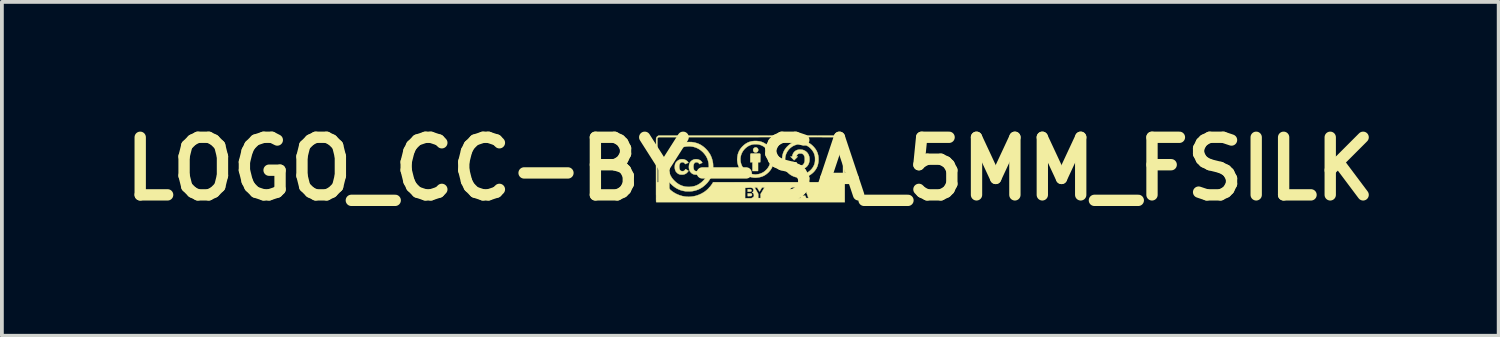
<source format=kicad_pcb>
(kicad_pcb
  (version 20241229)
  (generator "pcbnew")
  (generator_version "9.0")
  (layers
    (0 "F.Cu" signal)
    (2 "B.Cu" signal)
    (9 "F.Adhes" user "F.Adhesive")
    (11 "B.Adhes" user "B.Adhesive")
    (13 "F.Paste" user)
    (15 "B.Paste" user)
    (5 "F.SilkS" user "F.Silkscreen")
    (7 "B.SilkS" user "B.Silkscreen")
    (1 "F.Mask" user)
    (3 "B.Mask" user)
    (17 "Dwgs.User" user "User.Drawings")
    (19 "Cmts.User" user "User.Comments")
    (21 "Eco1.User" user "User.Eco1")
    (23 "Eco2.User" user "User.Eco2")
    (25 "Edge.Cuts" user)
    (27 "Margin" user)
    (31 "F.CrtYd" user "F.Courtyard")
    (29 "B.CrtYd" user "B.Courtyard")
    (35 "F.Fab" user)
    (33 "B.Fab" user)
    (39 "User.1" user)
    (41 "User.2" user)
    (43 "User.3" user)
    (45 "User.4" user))
  (footprint "LOGO_CC-BY-SA_5MM_FSILK"
    (layer "F.Cu")
    (at 16.808 1.418)
    (property "Reference" "LOGO_CC-BY-SA_5MM_FSILK" (at 0 0 0) (layer "F.SilkS") (effects (font (size 1.524 1.524) (thickness 0.3))))
    (attr through_hole)
    (fp_poly (pts (xy -0.027 0.65) (xy -0.011 0.65) (xy 0.001 0.65) (xy 0.009 0.651) (xy 0.016 0.652) (xy 0.021 0.654) (xy 0.024 0.655) (xy 0.035 0.662) (xy 0.042 0.672) (xy 0.045 0.684) (xy 0.043 0.697) (xy 0.039 0.705) (xy 0.036 0.71) (xy 0.032 0.715) (xy 0.026 0.718) (xy 0.018 0.72) (xy 0.008 0.722) (xy -0.006 0.722) (xy -0.025 0.722) (xy -0.027 0.722) (xy -0.068 0.723) (xy -0.068 0.65) (xy -0.027 0.65)) (stroke (width 0.01) (type solid)) (fill yes) (layer "F.SilkS"))
    (fp_poly (pts (xy -0.014 0.543) (xy -0.004 0.543) (xy 0.004 0.543) (xy 0.009 0.544) (xy 0.013 0.546) (xy 0.017 0.548) (xy 0.018 0.548) (xy 0.025 0.554) (xy 0.03 0.562) (xy 0.031 0.563) (xy 0.034 0.571) (xy 0.034 0.577) (xy 0.033 0.582) (xy 0.03 0.59) (xy 0.026 0.595) (xy 0.019 0.599) (xy 0.01 0.602) (xy -0.002 0.604) (xy -0.018 0.605) (xy -0.034 0.605) (xy -0.068 0.605) (xy -0.068 0.542) (xy -0.029 0.542) (xy -0.014 0.543)) (stroke (width 0.01) (type solid)) (fill yes) (layer "F.SilkS"))
    (fp_poly (pts (xy 1.419 0.611) (xy 1.424 0.626) (xy 1.429 0.639) (xy 1.432 0.651) (xy 1.435 0.659) (xy 1.436 0.663) (xy 1.436 0.663) (xy 1.437 0.665) (xy 1.435 0.666) (xy 1.432 0.667) (xy 1.426 0.667) (xy 1.416 0.667) (xy 1.404 0.667) (xy 1.392 0.667) (xy 1.381 0.667) (xy 1.374 0.666) (xy 1.37 0.666) (xy 1.37 0.666) (xy 1.371 0.663) (xy 1.373 0.656) (xy 1.376 0.646) (xy 1.38 0.633) (xy 1.385 0.619) (xy 1.387 0.614) (xy 1.403 0.564) (xy 1.419 0.611)) (stroke (width 0.01) (type solid)) (fill yes) (layer "F.SilkS"))
    (fp_poly (pts (xy 0.159 -0.565) (xy 0.174 -0.559) (xy 0.188 -0.549) (xy 0.19 -0.548) (xy 0.201 -0.533) (xy 0.208 -0.517) (xy 0.21 -0.499) (xy 0.207 -0.48) (xy 0.206 -0.476) (xy 0.202 -0.467) (xy 0.197 -0.457) (xy 0.195 -0.455) (xy 0.184 -0.445) (xy 0.17 -0.437) (xy 0.154 -0.432) (xy 0.138 -0.431) (xy 0.128 -0.432) (xy 0.11 -0.439) (xy 0.095 -0.448) (xy 0.085 -0.461) (xy 0.078 -0.477) (xy 0.075 -0.495) (xy 0.075 -0.497) (xy 0.076 -0.507) (xy 0.077 -0.517) (xy 0.078 -0.522) (xy 0.086 -0.537) (xy 0.098 -0.55) (xy 0.111 -0.559) (xy 0.127 -0.565) (xy 0.143 -0.567) (xy 0.159 -0.565)) (stroke (width 0.01) (type solid)) (fill yes) (layer "F.SilkS"))
    (fp_poly (pts (xy 0.161 -0.407) (xy 0.185 -0.407) (xy 0.204 -0.407) (xy 0.219 -0.407) (xy 0.231 -0.406) (xy 0.24 -0.405) (xy 0.247 -0.404) (xy 0.252 -0.403) (xy 0.256 -0.4) (xy 0.259 -0.398) (xy 0.261 -0.394) (xy 0.263 -0.39) (xy 0.264 -0.388) (xy 0.265 -0.386) (xy 0.266 -0.382) (xy 0.267 -0.378) (xy 0.267 -0.373) (xy 0.267 -0.365) (xy 0.267 -0.355) (xy 0.267 -0.342) (xy 0.267 -0.325) (xy 0.267 -0.304) (xy 0.267 -0.29) (xy 0.266 -0.269) (xy 0.266 -0.249) (xy 0.265 -0.23) (xy 0.265 -0.214) (xy 0.264 -0.201) (xy 0.264 -0.192) (xy 0.263 -0.188) (xy 0.262 -0.175) (xy 0.205 -0.175) (xy 0.205 0.058) (xy 0.058 0.058) (xy 0.058 -0.175) (xy 0 -0.175) (xy 0 -0.279) (xy 0.000008 -0.306) (xy 0.000072 -0.328) (xy 0.00025 -0.346) (xy 0.001 -0.361) (xy 0.001 -0.372) (xy 0.002 -0.381) (xy 0.003 -0.388) (xy 0.005 -0.392) (xy 0.007 -0.396) (xy 0.01 -0.399) (xy 0.013 -0.401) (xy 0.016 -0.403) (xy 0.018 -0.404) (xy 0.02 -0.405) (xy 0.024 -0.406) (xy 0.028 -0.406) (xy 0.035 -0.407) (xy 0.043 -0.407) (xy 0.055 -0.407) (xy 0.069 -0.407) (xy 0.087 -0.407) (xy 0.11 -0.407) (xy 0.134 -0.407) (xy 0.161 -0.407)) (stroke (width 0.01) (type solid)) (fill yes) (layer "F.SilkS"))
    (fp_poly (pts (xy -1.78 -0.253) (xy -1.752 -0.248) (xy -1.725 -0.239) (xy -1.7 -0.226) (xy -1.677 -0.21) (xy -1.659 -0.191) (xy -1.652 -0.183) (xy -1.646 -0.175) (xy -1.642 -0.169) (xy -1.642 -0.168) (xy -1.638 -0.161) (xy -1.648 -0.158) (xy -1.654 -0.155) (xy -1.664 -0.151) (xy -1.675 -0.146) (xy -1.688 -0.141) (xy -1.69 -0.14) (xy -1.701 -0.134) (xy -1.711 -0.13) (xy -1.717 -0.127) (xy -1.721 -0.125) (xy -1.721 -0.125) (xy -1.723 -0.127) (xy -1.726 -0.132) (xy -1.73 -0.137) (xy -1.743 -0.154) (xy -1.758 -0.165) (xy -1.775 -0.172) (xy -1.794 -0.175) (xy -1.796 -0.175) (xy -1.816 -0.173) (xy -1.834 -0.167) (xy -1.849 -0.156) (xy -1.861 -0.142) (xy -1.87 -0.123) (xy -1.876 -0.101) (xy -1.879 -0.074) (xy -1.88 -0.054) (xy -1.878 -0.026) (xy -1.874 -0.001) (xy -1.867 0.02) (xy -1.857 0.037) (xy -1.844 0.049) (xy -1.835 0.055) (xy -1.821 0.06) (xy -1.805 0.062) (xy -1.788 0.063) (xy -1.772 0.061) (xy -1.758 0.056) (xy -1.756 0.055) (xy -1.745 0.048) (xy -1.734 0.037) (xy -1.725 0.024) (xy -1.722 0.019) (xy -1.719 0.013) (xy -1.717 0.009) (xy -1.716 0.008) (xy -1.714 0.009) (xy -1.708 0.012) (xy -1.7 0.016) (xy -1.69 0.022) (xy -1.679 0.028) (xy -1.667 0.034) (xy -1.657 0.04) (xy -1.648 0.046) (xy -1.641 0.049) (xy -1.638 0.052) (xy -1.638 0.052) (xy -1.638 0.055) (xy -1.641 0.061) (xy -1.648 0.07) (xy -1.657 0.082) (xy -1.678 0.105) (xy -1.701 0.124) (xy -1.727 0.138) (xy -1.753 0.147) (xy -1.766 0.15) (xy -1.784 0.153) (xy -1.802 0.154) (xy -1.82 0.154) (xy -1.836 0.153) (xy -1.843 0.152) (xy -1.869 0.147) (xy -1.892 0.139) (xy -1.912 0.128) (xy -1.932 0.113) (xy -1.944 0.101) (xy -1.955 0.09) (xy -1.963 0.081) (xy -1.969 0.072) (xy -1.975 0.062) (xy -1.977 0.058) (xy -1.989 0.029) (xy -1.996 -0.001) (xy -1.999 -0.033) (xy -1.999 -0.065) (xy -1.996 -0.095) (xy -1.991 -0.121) (xy -1.982 -0.144) (xy -1.971 -0.165) (xy -1.955 -0.184) (xy -1.948 -0.193) (xy -1.926 -0.212) (xy -1.906 -0.227) (xy -1.884 -0.239) (xy -1.861 -0.247) (xy -1.84 -0.251) (xy -1.81 -0.254) (xy -1.78 -0.253)) (stroke (width 0.01) (type solid)) (fill yes) (layer "F.SilkS"))
    (fp_poly (pts (xy -1.405 -0.252) (xy -1.377 -0.246) (xy -1.352 -0.238) (xy -1.333 -0.228) (xy -1.322 -0.221) (xy -1.311 -0.212) (xy -1.301 -0.203) (xy -1.292 -0.193) (xy -1.284 -0.183) (xy -1.277 -0.174) (xy -1.273 -0.167) (xy -1.272 -0.161) (xy -1.273 -0.158) (xy -1.276 -0.157) (xy -1.279 -0.156) (xy -1.286 -0.154) (xy -1.295 -0.149) (xy -1.307 -0.144) (xy -1.312 -0.141) (xy -1.324 -0.136) (xy -1.334 -0.131) (xy -1.341 -0.127) (xy -1.345 -0.125) (xy -1.346 -0.125) (xy -1.348 -0.127) (xy -1.351 -0.132) (xy -1.355 -0.137) (xy -1.368 -0.154) (xy -1.383 -0.165) (xy -1.4 -0.172) (xy -1.419 -0.175) (xy -1.421 -0.175) (xy -1.441 -0.173) (xy -1.459 -0.167) (xy -1.474 -0.156) (xy -1.486 -0.142) (xy -1.495 -0.123) (xy -1.501 -0.101) (xy -1.504 -0.074) (xy -1.505 -0.054) (xy -1.503 -0.026) (xy -1.499 -0.001) (xy -1.492 0.02) (xy -1.482 0.037) (xy -1.469 0.049) (xy -1.46 0.055) (xy -1.446 0.06) (xy -1.43 0.062) (xy -1.413 0.063) (xy -1.397 0.061) (xy -1.383 0.056) (xy -1.381 0.055) (xy -1.37 0.048) (xy -1.359 0.037) (xy -1.35 0.024) (xy -1.347 0.019) (xy -1.344 0.013) (xy -1.342 0.009) (xy -1.341 0.008) (xy -1.339 0.009) (xy -1.333 0.012) (xy -1.325 0.016) (xy -1.315 0.022) (xy -1.304 0.028) (xy -1.292 0.034) (xy -1.282 0.04) (xy -1.273 0.046) (xy -1.266 0.049) (xy -1.263 0.052) (xy -1.263 0.052) (xy -1.263 0.055) (xy -1.266 0.061) (xy -1.273 0.07) (xy -1.282 0.082) (xy -1.303 0.105) (xy -1.326 0.124) (xy -1.352 0.138) (xy -1.378 0.147) (xy -1.391 0.15) (xy -1.409 0.153) (xy -1.427 0.154) (xy -1.445 0.154) (xy -1.461 0.153) (xy -1.468 0.152) (xy -1.494 0.147) (xy -1.517 0.139) (xy -1.537 0.128) (xy -1.557 0.113) (xy -1.569 0.101) (xy -1.585 0.084) (xy -1.598 0.066) (xy -1.608 0.046) (xy -1.615 0.025) (xy -1.621 -0.000138) (xy -1.623 -0.015) (xy -1.625 -0.041) (xy -1.624 -0.068) (xy -1.621 -0.095) (xy -1.616 -0.121) (xy -1.608 -0.144) (xy -1.601 -0.16) (xy -1.587 -0.182) (xy -1.568 -0.202) (xy -1.547 -0.22) (xy -1.522 -0.235) (xy -1.497 -0.245) (xy -1.486 -0.248) (xy -1.46 -0.253) (xy -1.432 -0.254) (xy -1.405 -0.252)) (stroke (width 0.01) (type solid)) (fill yes) (layer "F.SilkS"))
    (fp_poly (pts (xy 1.355 -0.507) (xy 1.377 -0.504) (xy 1.398 -0.499) (xy 1.418 -0.491) (xy 1.434 -0.484) (xy 1.463 -0.467) (xy 1.489 -0.446) (xy 1.512 -0.422) (xy 1.531 -0.394) (xy 1.546 -0.364) (xy 1.552 -0.348) (xy 1.559 -0.324) (xy 1.564 -0.302) (xy 1.566 -0.279) (xy 1.567 -0.254) (xy 1.567 -0.239) (xy 1.564 -0.203) (xy 1.557 -0.17) (xy 1.547 -0.139) (xy 1.533 -0.11) (xy 1.524 -0.096) (xy 1.504 -0.069) (xy 1.48 -0.046) (xy 1.453 -0.026) (xy 1.424 -0.01) (xy 1.392 0.002) (xy 1.36 0.009) (xy 1.325 0.012) (xy 1.29 0.011) (xy 1.281 0.01) (xy 1.25 0.003) (xy 1.221 -0.008) (xy 1.194 -0.024) (xy 1.169 -0.043) (xy 1.148 -0.065) (xy 1.131 -0.09) (xy 1.124 -0.104) (xy 1.116 -0.121) (xy 1.11 -0.139) (xy 1.105 -0.156) (xy 1.104 -0.164) (xy 1.102 -0.175) (xy 1.222 -0.175) (xy 1.224 -0.162) (xy 1.227 -0.148) (xy 1.233 -0.133) (xy 1.24 -0.12) (xy 1.248 -0.11) (xy 1.263 -0.099) (xy 1.281 -0.091) (xy 1.303 -0.086) (xy 1.329 -0.085) (xy 1.333 -0.085) (xy 1.353 -0.088) (xy 1.369 -0.092) (xy 1.384 -0.101) (xy 1.398 -0.113) (xy 1.399 -0.113) (xy 1.411 -0.128) (xy 1.422 -0.147) (xy 1.431 -0.167) (xy 1.437 -0.187) (xy 1.439 -0.201) (xy 1.441 -0.217) (xy 1.441 -0.237) (xy 1.441 -0.257) (xy 1.441 -0.277) (xy 1.44 -0.294) (xy 1.438 -0.309) (xy 1.437 -0.313) (xy 1.429 -0.338) (xy 1.418 -0.36) (xy 1.404 -0.378) (xy 1.387 -0.392) (xy 1.376 -0.398) (xy 1.368 -0.402) (xy 1.363 -0.404) (xy 1.357 -0.405) (xy 1.349 -0.406) (xy 1.34 -0.406) (xy 1.326 -0.406) (xy 1.312 -0.406) (xy 1.302 -0.406) (xy 1.294 -0.405) (xy 1.287 -0.403) (xy 1.28 -0.401) (xy 1.279 -0.4) (xy 1.262 -0.391) (xy 1.247 -0.378) (xy 1.235 -0.361) (xy 1.227 -0.343) (xy 1.224 -0.332) (xy 1.222 -0.323) (xy 1.256 -0.323) (xy 1.208 -0.274) (xy 1.16 -0.226) (xy 1.064 -0.323) (xy 1.086 -0.323) (xy 1.096 -0.323) (xy 1.103 -0.323) (xy 1.106 -0.324) (xy 1.108 -0.326) (xy 1.109 -0.328) (xy 1.115 -0.355) (xy 1.122 -0.378) (xy 1.129 -0.397) (xy 1.139 -0.415) (xy 1.143 -0.422) (xy 1.162 -0.447) (xy 1.184 -0.467) (xy 1.209 -0.484) (xy 1.236 -0.496) (xy 1.266 -0.505) (xy 1.299 -0.509) (xy 1.33 -0.509) (xy 1.355 -0.507)) (stroke (width 0.01) (type solid)) (fill yes) (layer "F.SilkS"))
    (fp_poly (pts (xy 1.343 -0.737) (xy 1.391 -0.733) (xy 1.436 -0.726) (xy 1.479 -0.715) (xy 1.52 -0.7) (xy 1.558 -0.68) (xy 1.595 -0.656) (xy 1.631 -0.627) (xy 1.66 -0.6) (xy 1.694 -0.563) (xy 1.724 -0.525) (xy 1.749 -0.486) (xy 1.769 -0.445) (xy 1.784 -0.403) (xy 1.796 -0.359) (xy 1.803 -0.313) (xy 1.806 -0.263) (xy 1.806 -0.249) (xy 1.804 -0.198) (xy 1.797 -0.149) (xy 1.787 -0.103) (xy 1.772 -0.059) (xy 1.752 -0.017) (xy 1.728 0.022) (xy 1.7 0.059) (xy 1.67 0.092) (xy 1.633 0.125) (xy 1.594 0.154) (xy 1.555 0.179) (xy 1.513 0.198) (xy 1.47 0.213) (xy 1.424 0.224) (xy 1.376 0.231) (xy 1.336 0.234) (xy 1.321 0.234) (xy 1.305 0.234) (xy 1.29 0.233) (xy 1.278 0.233) (xy 1.276 0.232) (xy 1.229 0.225) (xy 1.185 0.215) (xy 1.143 0.2) (xy 1.102 0.181) (xy 1.063 0.158) (xy 1.026 0.13) (xy 0.989 0.097) (xy 0.969 0.077) (xy 0.946 0.052) (xy 0.926 0.027) (xy 0.909 0.001) (xy 0.894 -0.027) (xy 0.89 -0.034) (xy 0.871 -0.078) (xy 0.857 -0.124) (xy 0.847 -0.171) (xy 0.842 -0.219) (xy 0.842 -0.266) (xy 0.921 -0.266) (xy 0.921 -0.223) (xy 0.927 -0.18) (xy 0.937 -0.138) (xy 0.939 -0.131) (xy 0.953 -0.094) (xy 0.972 -0.058) (xy 0.995 -0.024) (xy 1.022 0.01) (xy 1.034 0.022) (xy 1.067 0.054) (xy 1.1 0.08) (xy 1.134 0.102) (xy 1.17 0.12) (xy 1.208 0.133) (xy 1.248 0.142) (xy 1.29 0.148) (xy 1.314 0.15) (xy 1.319 0.15) (xy 1.328 0.149) (xy 1.34 0.148) (xy 1.351 0.147) (xy 1.396 0.141) (xy 1.438 0.131) (xy 1.477 0.116) (xy 1.515 0.097) (xy 1.551 0.073) (xy 1.586 0.044) (xy 1.594 0.036) (xy 1.625 0.004) (xy 1.651 -0.031) (xy 1.673 -0.067) (xy 1.691 -0.106) (xy 1.704 -0.148) (xy 1.708 -0.165) (xy 1.71 -0.18) (xy 1.712 -0.2) (xy 1.714 -0.221) (xy 1.714 -0.245) (xy 1.714 -0.268) (xy 1.713 -0.291) (xy 1.712 -0.311) (xy 1.71 -0.328) (xy 1.709 -0.331) (xy 1.699 -0.372) (xy 1.686 -0.41) (xy 1.669 -0.445) (xy 1.647 -0.48) (xy 1.62 -0.513) (xy 1.616 -0.519) (xy 1.585 -0.551) (xy 1.552 -0.578) (xy 1.519 -0.601) (xy 1.483 -0.619) (xy 1.445 -0.634) (xy 1.404 -0.645) (xy 1.399 -0.646) (xy 1.378 -0.649) (xy 1.353 -0.651) (xy 1.327 -0.652) (xy 1.3 -0.651) (xy 1.275 -0.649) (xy 1.253 -0.646) (xy 1.249 -0.646) (xy 1.205 -0.634) (xy 1.164 -0.619) (xy 1.124 -0.599) (xy 1.087 -0.574) (xy 1.053 -0.546) (xy 1.021 -0.513) (xy 0.993 -0.477) (xy 0.987 -0.469) (xy 0.965 -0.431) (xy 0.947 -0.392) (xy 0.934 -0.351) (xy 0.925 -0.309) (xy 0.921 -0.266) (xy 0.842 -0.266) (xy 0.842 -0.27) (xy 0.843 -0.286) (xy 0.848 -0.335) (xy 0.858 -0.382) (xy 0.872 -0.427) (xy 0.89 -0.469) (xy 0.913 -0.509) (xy 0.941 -0.548) (xy 0.973 -0.585) (xy 0.986 -0.597) (xy 1.022 -0.631) (xy 1.06 -0.66) (xy 1.099 -0.684) (xy 1.14 -0.704) (xy 1.183 -0.718) (xy 1.228 -0.729) (xy 1.275 -0.735) (xy 1.325 -0.737) (xy 1.343 -0.737)) (stroke (width 0.01) (type solid)) (fill yes) (layer "F.SilkS"))
    (fp_poly (pts (xy 0.155 -0.737) (xy 0.203 -0.733) (xy 0.249 -0.726) (xy 0.292 -0.715) (xy 0.332 -0.7) (xy 0.371 -0.68) (xy 0.408 -0.656) (xy 0.443 -0.627) (xy 0.473 -0.6) (xy 0.507 -0.563) (xy 0.536 -0.525) (xy 0.561 -0.486) (xy 0.581 -0.445) (xy 0.597 -0.403) (xy 0.608 -0.359) (xy 0.615 -0.313) (xy 0.618 -0.263) (xy 0.618 -0.249) (xy 0.616 -0.198) (xy 0.61 -0.149) (xy 0.599 -0.103) (xy 0.584 -0.059) (xy 0.565 -0.017) (xy 0.541 0.022) (xy 0.512 0.059) (xy 0.482 0.092) (xy 0.445 0.125) (xy 0.407 0.154) (xy 0.367 0.179) (xy 0.326 0.198) (xy 0.282 0.213) (xy 0.237 0.224) (xy 0.188 0.231) (xy 0.149 0.234) (xy 0.133 0.234) (xy 0.117 0.234) (xy 0.102 0.233) (xy 0.091 0.233) (xy 0.089 0.232) (xy 0.042 0.225) (xy -0.003 0.215) (xy -0.045 0.2) (xy -0.085 0.181) (xy -0.124 0.158) (xy -0.162 0.13) (xy -0.199 0.097) (xy -0.219 0.077) (xy -0.242 0.052) (xy -0.261 0.027) (xy -0.278 0.001) (xy -0.294 -0.027) (xy -0.297 -0.034) (xy -0.317 -0.078) (xy -0.331 -0.124) (xy -0.341 -0.171) (xy -0.346 -0.219) (xy -0.346 -0.234) (xy -0.261 -0.234) (xy -0.257 -0.191) (xy -0.248 -0.149) (xy -0.235 -0.109) (xy -0.217 -0.071) (xy -0.195 -0.034) (xy -0.167 0.002) (xy -0.154 0.017) (xy -0.12 0.05) (xy -0.085 0.078) (xy -0.048 0.102) (xy -0.009 0.12) (xy 0.031 0.134) (xy 0.072 0.144) (xy 0.099 0.147) (xy 0.114 0.148) (xy 0.124 0.149) (xy 0.133 0.149) (xy 0.142 0.149) (xy 0.151 0.149) (xy 0.164 0.148) (xy 0.168 0.147) (xy 0.212 0.142) (xy 0.253 0.132) (xy 0.292 0.117) (xy 0.33 0.099) (xy 0.356 0.083) (xy 0.387 0.059) (xy 0.417 0.032) (xy 0.445 0.002) (xy 0.469 -0.029) (xy 0.487 -0.058) (xy 0.504 -0.092) (xy 0.517 -0.129) (xy 0.526 -0.169) (xy 0.532 -0.21) (xy 0.534 -0.252) (xy 0.532 -0.295) (xy 0.526 -0.337) (xy 0.525 -0.343) (xy 0.515 -0.379) (xy 0.501 -0.416) (xy 0.484 -0.451) (xy 0.463 -0.483) (xy 0.453 -0.496) (xy 0.44 -0.511) (xy 0.425 -0.527) (xy 0.409 -0.544) (xy 0.392 -0.559) (xy 0.377 -0.573) (xy 0.363 -0.584) (xy 0.358 -0.587) (xy 0.321 -0.609) (xy 0.281 -0.627) (xy 0.239 -0.641) (xy 0.211 -0.647) (xy 0.197 -0.649) (xy 0.178 -0.65) (xy 0.158 -0.651) (xy 0.136 -0.651) (xy 0.115 -0.651) (xy 0.095 -0.65) (xy 0.078 -0.648) (xy 0.069 -0.647) (xy 0.026 -0.636) (xy -0.014 -0.622) (xy -0.051 -0.603) (xy -0.087 -0.58) (xy -0.121 -0.553) (xy -0.153 -0.521) (xy -0.16 -0.514) (xy -0.188 -0.479) (xy -0.211 -0.442) (xy -0.23 -0.403) (xy -0.245 -0.362) (xy -0.255 -0.32) (xy -0.26 -0.279) (xy -0.261 -0.234) (xy -0.346 -0.234) (xy -0.346 -0.27) (xy -0.345 -0.286) (xy -0.339 -0.335) (xy -0.33 -0.382) (xy -0.316 -0.427) (xy -0.297 -0.469) (xy -0.274 -0.509) (xy -0.246 -0.548) (xy -0.214 -0.585) (xy -0.202 -0.597) (xy -0.165 -0.631) (xy -0.127 -0.66) (xy -0.088 -0.684) (xy -0.047 -0.704) (xy -0.004 -0.718) (xy 0.041 -0.729) (xy 0.088 -0.735) (xy 0.137 -0.737) (xy 0.155 -0.737)) (stroke (width 0.01) (type solid)) (fill yes) (layer "F.SilkS"))
    (fp_poly (pts (xy -1.581 -0.708) (xy -1.561 -0.708) (xy -1.544 -0.707) (xy -1.532 -0.705) (xy -1.479 -0.696) (xy -1.428 -0.683) (xy -1.379 -0.666) (xy -1.333 -0.645) (xy -1.289 -0.619) (xy -1.246 -0.589) (xy -1.204 -0.554) (xy -1.17 -0.521) (xy -1.131 -0.478) (xy -1.098 -0.434) (xy -1.068 -0.389) (xy -1.044 -0.341) (xy -1.023 -0.291) (xy -1.007 -0.239) (xy -0.994 -0.184) (xy -0.987 -0.139) (xy -0.986 -0.126) (xy -0.985 -0.109) (xy -0.984 -0.089) (xy -0.984 -0.068) (xy -0.984 -0.046) (xy -0.984 -0.024) (xy -0.985 -0.005) (xy -0.986 0.012) (xy -0.987 0.026) (xy -0.987 0.026) (xy -0.996 0.08) (xy -1.008 0.13) (xy -1.023 0.177) (xy -1.042 0.222) (xy -1.064 0.266) (xy -1.087 0.303) (xy -1.106 0.329) (xy -1.124 0.353) (xy -1.144 0.377) (xy -1.167 0.4) (xy -1.183 0.416) (xy -1.226 0.454) (xy -1.27 0.488) (xy -1.317 0.517) (xy -1.365 0.542) (xy -1.416 0.562) (xy -1.469 0.578) (xy -1.524 0.59) (xy -1.535 0.591) (xy -1.55 0.593) (xy -1.568 0.594) (xy -1.589 0.596) (xy -1.611 0.596) (xy -1.635 0.597) (xy -1.658 0.597) (xy -1.679 0.596) (xy -1.698 0.595) (xy -1.713 0.594) (xy -1.717 0.594) (xy -1.772 0.584) (xy -1.825 0.571) (xy -1.876 0.553) (xy -1.924 0.531) (xy -1.971 0.505) (xy -2.016 0.474) (xy -2.06 0.438) (xy -2.096 0.404) (xy -2.116 0.384) (xy -2.133 0.365) (xy -2.149 0.347) (xy -2.163 0.328) (xy -2.178 0.307) (xy -2.186 0.295) (xy -2.215 0.248) (xy -2.239 0.199) (xy -2.258 0.148) (xy -2.273 0.095) (xy -2.283 0.041) (xy -2.289 -0.015) (xy -2.289 -0.046) (xy -2.165 -0.046) (xy -2.162 -0.004) (xy -2.156 0.046) (xy -2.145 0.094) (xy -2.129 0.14) (xy -2.109 0.184) (xy -2.084 0.226) (xy -2.055 0.266) (xy -2.021 0.304) (xy -2.012 0.313) (xy -1.989 0.335) (xy -1.967 0.355) (xy -1.946 0.372) (xy -1.923 0.388) (xy -1.915 0.394) (xy -1.872 0.42) (xy -1.827 0.441) (xy -1.781 0.457) (xy -1.733 0.469) (xy -1.683 0.476) (xy -1.631 0.478) (xy -1.578 0.476) (xy -1.565 0.475) (xy -1.516 0.467) (xy -1.468 0.455) (xy -1.421 0.438) (xy -1.377 0.416) (xy -1.334 0.389) (xy -1.293 0.358) (xy -1.262 0.33) (xy -1.226 0.293) (xy -1.194 0.254) (xy -1.167 0.213) (xy -1.145 0.17) (xy -1.126 0.125) (xy -1.113 0.078) (xy -1.103 0.028) (xy -1.1 0.005) (xy -1.098 -0.013) (xy -1.098 -0.035) (xy -1.098 -0.059) (xy -1.098 -0.084) (xy -1.1 -0.109) (xy -1.102 -0.131) (xy -1.104 -0.151) (xy -1.105 -0.155) (xy -1.116 -0.206) (xy -1.132 -0.254) (xy -1.151 -0.299) (xy -1.175 -0.342) (xy -1.204 -0.383) (xy -1.237 -0.422) (xy -1.253 -0.439) (xy -1.286 -0.469) (xy -1.319 -0.496) (xy -1.353 -0.519) (xy -1.388 -0.539) (xy -1.405 -0.547) (xy -1.448 -0.565) (xy -1.493 -0.579) (xy -1.539 -0.589) (xy -1.588 -0.594) (xy -1.626 -0.595) (xy -1.679 -0.593) (xy -1.73 -0.586) (xy -1.779 -0.575) (xy -1.826 -0.559) (xy -1.871 -0.538) (xy -1.913 -0.514) (xy -1.953 -0.484) (xy -1.955 -0.483) (xy -1.967 -0.473) (xy -1.981 -0.46) (xy -1.997 -0.444) (xy -2.013 -0.428) (xy -2.028 -0.412) (xy -2.042 -0.396) (xy -2.054 -0.382) (xy -2.057 -0.378) (xy -2.086 -0.336) (xy -2.111 -0.292) (xy -2.131 -0.246) (xy -2.146 -0.198) (xy -2.157 -0.149) (xy -2.163 -0.098) (xy -2.165 -0.046) (xy -2.289 -0.046) (xy -2.289 -0.072) (xy -2.289 -0.079) (xy -2.285 -0.137) (xy -2.276 -0.192) (xy -2.264 -0.245) (xy -2.247 -0.296) (xy -2.225 -0.345) (xy -2.199 -0.393) (xy -2.168 -0.439) (xy -2.132 -0.483) (xy -2.122 -0.495) (xy -2.081 -0.537) (xy -2.038 -0.574) (xy -1.993 -0.606) (xy -1.946 -0.635) (xy -1.896 -0.659) (xy -1.844 -0.678) (xy -1.789 -0.693) (xy -1.733 -0.703) (xy -1.726 -0.704) (xy -1.712 -0.706) (xy -1.693 -0.707) (xy -1.672 -0.708) (xy -1.65 -0.708) (xy -1.626 -0.709) (xy -1.603 -0.709) (xy -1.581 -0.708)) (stroke (width 0.01) (type solid)) (fill yes) (layer "F.SilkS"))
    (fp_poly (pts (xy 1.37 -0.88) (xy 1.446 -0.88) (xy 1.519 -0.88) (xy 1.588 -0.88) (xy 1.653 -0.88) (xy 1.716 -0.88) (xy 1.774 -0.88) (xy 1.83 -0.879) (xy 1.882 -0.879) (xy 1.931 -0.879) (xy 1.977 -0.879) (xy 2.021 -0.879) (xy 2.061 -0.879) (xy 2.099 -0.879) (xy 2.134 -0.879) (xy 2.167 -0.879) (xy 2.198 -0.879) (xy 2.225 -0.879) (xy 2.251 -0.879) (xy 2.275 -0.879) (xy 2.296 -0.879) (xy 2.316 -0.878) (xy 2.333 -0.878) (xy 2.349 -0.878) (xy 2.363 -0.878) (xy 2.376 -0.878) (xy 2.387 -0.878) (xy 2.397 -0.878) (xy 2.405 -0.878) (xy 2.412 -0.877) (xy 2.418 -0.877) (xy 2.423 -0.877) (xy 2.427 -0.877) (xy 2.43 -0.877) (xy 2.432 -0.876) (xy 2.434 -0.876) (xy 2.435 -0.876) (xy 2.455 -0.868) (xy 2.473 -0.855) (xy 2.488 -0.838) (xy 2.495 -0.828) (xy 2.5 -0.819) (xy 2.5 0.032) (xy 2.5 0.882) (xy -2.487 0.882) (xy -2.491 0.875) (xy -2.492 0.874) (xy -2.492 0.872) (xy -2.492 0.869) (xy -2.492 0.865) (xy -2.493 0.86) (xy -2.493 0.853) (xy -2.493 0.845) (xy -2.493 0.835) (xy -2.494 0.823) (xy -2.494 0.809) (xy -2.494 0.793) (xy -2.494 0.774) (xy -2.494 0.753) (xy -2.494 0.729) (xy -2.494 0.703) (xy -2.495 0.673) (xy -2.495 0.64) (xy -2.495 0.604) (xy -2.495 0.565) (xy -2.495 0.522) (xy -2.495 0.475) (xy -2.495 0.424) (xy -2.495 0.369) (xy -2.495 0.355) (xy -2.46 0.355) (xy -2.278 0.355) (xy -2.264 0.379) (xy -2.231 0.43) (xy -2.195 0.477) (xy -2.155 0.521) (xy -2.112 0.561) (xy -2.066 0.598) (xy -2.017 0.631) (xy -1.966 0.66) (xy -1.912 0.684) (xy -1.857 0.705) (xy -1.8 0.721) (xy -1.741 0.732) (xy -1.701 0.737) (xy -1.684 0.738) (xy -1.664 0.739) (xy -1.642 0.74) (xy -1.619 0.74) (xy -1.597 0.739) (xy -1.578 0.738) (xy -1.565 0.737) (xy -1.506 0.729) (xy -1.449 0.717) (xy -1.392 0.699) (xy -1.336 0.677) (xy -1.283 0.651) (xy -1.266 0.641) (xy -0.138 0.641) (xy -0.138 0.78) (xy -0.056 0.78) (xy 0.026 0.779) (xy 0.048 0.768) (xy 0.065 0.759) (xy 0.077 0.751) (xy 0.086 0.743) (xy 0.092 0.733) (xy 0.095 0.723) (xy 0.096 0.71) (xy 0.096 0.705) (xy 0.094 0.683) (xy 0.089 0.665) (xy 0.08 0.649) (xy 0.068 0.638) (xy 0.058 0.632) (xy 0.051 0.629) (xy 0.049 0.627) (xy 0.05 0.625) (xy 0.051 0.624) (xy 0.066 0.613) (xy 0.076 0.599) (xy 0.082 0.583) (xy 0.084 0.569) (xy 0.084 0.552) (xy 0.079 0.536) (xy 0.07 0.522) (xy 0.068 0.519) (xy 0.063 0.514) (xy 0.058 0.51) (xy 0.053 0.507) (xy 0.047 0.504) (xy 0.038 0.502) (xy 0.026 0.499) (xy 0.02 0.498) (xy 0.013 0.497) (xy 0.001 0.497) (xy -0.016 0.497) (xy -0.037 0.498) (xy -0.064 0.499) (xy -0.082 0.5) (xy -0.099 0.5) (xy -0.113 0.501) (xy -0.125 0.502) (xy -0.133 0.502) (xy -0.137 0.502) (xy -0.137 0.502) (xy -0.137 0.505) (xy -0.137 0.512) (xy -0.137 0.523) (xy -0.137 0.538) (xy -0.137 0.556) (xy -0.137 0.576) (xy -0.137 0.599) (xy -0.137 0.624) (xy -0.138 0.641) (xy -1.266 0.641) (xy -1.232 0.621) (xy -1.231 0.621) (xy -1.209 0.606) (xy -1.189 0.591) (xy -1.17 0.576) (xy -1.151 0.56) (xy -1.131 0.542) (xy -1.113 0.524) (xy -1.087 0.496) (xy 0.115 0.496) (xy 0.116 0.499) (xy 0.12 0.505) (xy 0.125 0.514) (xy 0.132 0.526) (xy 0.14 0.54) (xy 0.149 0.556) (xy 0.149 0.556) (xy 0.159 0.573) (xy 0.169 0.59) (xy 0.178 0.606) (xy 0.187 0.621) (xy 0.193 0.633) (xy 0.197 0.639) (xy 0.21 0.664) (xy 0.21 0.775) (xy 0.273 0.775) (xy 0.273 0.69) (xy 1.022 0.69) (xy 1.024 0.702) (xy 1.028 0.72) (xy 1.036 0.736) (xy 1.047 0.749) (xy 1.062 0.761) (xy 1.081 0.772) (xy 1.1 0.779) (xy 1.107 0.782) (xy 1.113 0.783) (xy 1.12 0.784) (xy 1.128 0.785) (xy 1.14 0.785) (xy 1.154 0.784) (xy 1.191 0.784) (xy 1.211 0.774) (xy 1.215 0.772) (xy 1.268 0.772) (xy 1.27 0.774) (xy 1.273 0.774) (xy 1.28 0.775) (xy 1.29 0.775) (xy 1.298 0.775) (xy 1.329 0.775) (xy 1.352 0.714) (xy 1.403 0.713) (xy 1.455 0.712) (xy 1.459 0.723) (xy 1.461 0.731) (xy 1.465 0.741) (xy 1.469 0.752) (xy 1.47 0.754) (xy 1.477 0.774) (xy 1.508 0.774) (xy 1.54 0.775) (xy 1.532 0.752) (xy 1.529 0.744) (xy 1.524 0.732) (xy 1.519 0.718) (xy 1.513 0.701) (xy 1.506 0.682) (xy 1.498 0.662) (xy 1.491 0.64) (xy 1.483 0.619) (xy 1.475 0.598) (xy 1.467 0.577) (xy 1.46 0.558) (xy 1.454 0.541) (xy 1.448 0.525) (xy 1.444 0.513) (xy 1.441 0.505) (xy 1.439 0.5) (xy 1.439 0.499) (xy 1.438 0.498) (xy 1.435 0.496) (xy 1.431 0.496) (xy 1.424 0.495) (xy 1.413 0.495) (xy 1.403 0.496) (xy 1.369 0.496) (xy 1.32 0.631) (xy 1.31 0.656) (xy 1.302 0.68) (xy 1.294 0.701) (xy 1.287 0.721) (xy 1.28 0.738) (xy 1.275 0.752) (xy 1.272 0.762) (xy 1.269 0.769) (xy 1.269 0.771) (xy 1.268 0.772) (xy 1.215 0.772) (xy 1.224 0.768) (xy 1.233 0.762) (xy 1.24 0.757) (xy 1.246 0.751) (xy 1.25 0.744) (xy 1.252 0.74) (xy 1.257 0.731) (xy 1.259 0.723) (xy 1.26 0.715) (xy 1.261 0.705) (xy 1.259 0.684) (xy 1.253 0.667) (xy 1.244 0.652) (xy 1.231 0.641) (xy 1.224 0.636) (xy 1.216 0.632) (xy 1.208 0.629) (xy 1.204 0.628) (xy 1.204 0.628) (xy 1.198 0.627) (xy 1.189 0.625) (xy 1.178 0.621) (xy 1.165 0.617) (xy 1.152 0.613) (xy 1.14 0.609) (xy 1.13 0.605) (xy 1.124 0.602) (xy 1.112 0.596) (xy 1.104 0.59) (xy 1.1 0.585) (xy 1.098 0.579) (xy 1.097 0.574) (xy 1.098 0.567) (xy 1.101 0.561) (xy 1.106 0.555) (xy 1.107 0.553) (xy 1.117 0.542) (xy 1.177 0.542) (xy 1.188 0.552) (xy 1.193 0.559) (xy 1.197 0.565) (xy 1.198 0.567) (xy 1.198 0.573) (xy 1.199 0.576) (xy 1.202 0.578) (xy 1.208 0.58) (xy 1.218 0.58) (xy 1.228 0.58) (xy 1.256 0.58) (xy 1.254 0.57) (xy 1.252 0.562) (xy 1.249 0.553) (xy 1.244 0.542) (xy 1.244 0.541) (xy 1.236 0.527) (xy 1.226 0.516) (xy 1.214 0.508) (xy 1.198 0.5) (xy 1.194 0.498) (xy 1.186 0.495) (xy 1.179 0.493) (xy 1.171 0.492) (xy 1.161 0.491) (xy 1.149 0.491) (xy 1.146 0.491) (xy 1.116 0.491) (xy 1.093 0.503) (xy 1.079 0.511) (xy 1.068 0.52) (xy 1.059 0.529) (xy 1.052 0.541) (xy 1.048 0.547) (xy 1.045 0.555) (xy 1.043 0.561) (xy 1.042 0.569) (xy 1.041 0.58) (xy 1.041 0.585) (xy 1.041 0.596) (xy 1.042 0.604) (xy 1.043 0.61) (xy 1.046 0.615) (xy 1.049 0.622) (xy 1.05 0.622) (xy 1.058 0.632) (xy 1.071 0.643) (xy 1.089 0.654) (xy 1.104 0.663) (xy 1.108 0.665) (xy 1.116 0.666) (xy 1.127 0.668) (xy 1.139 0.67) (xy 1.151 0.672) (xy 1.155 0.672) (xy 1.169 0.675) (xy 1.181 0.681) (xy 1.191 0.688) (xy 1.197 0.697) (xy 1.199 0.706) (xy 1.199 0.711) (xy 1.194 0.724) (xy 1.187 0.732) (xy 1.177 0.738) (xy 1.164 0.74) (xy 1.153 0.74) (xy 1.137 0.737) (xy 1.122 0.732) (xy 1.115 0.728) (xy 1.109 0.723) (xy 1.103 0.716) (xy 1.098 0.708) (xy 1.088 0.691) (xy 1.055 0.691) (xy 1.022 0.69) (xy 0.273 0.69) (xy 0.273 0.667) (xy 0.324 0.582) (xy 0.375 0.496) (xy 0.343 0.496) (xy 0.331 0.495) (xy 0.32 0.495) (xy 0.313 0.496) (xy 0.309 0.496) (xy 0.309 0.496) (xy 0.307 0.498) (xy 0.303 0.504) (xy 0.297 0.514) (xy 0.29 0.525) (xy 0.282 0.539) (xy 0.278 0.545) (xy 0.27 0.56) (xy 0.262 0.573) (xy 0.256 0.584) (xy 0.251 0.592) (xy 0.248 0.597) (xy 0.247 0.598) (xy 0.246 0.599) (xy 0.244 0.599) (xy 0.242 0.597) (xy 0.239 0.592) (xy 0.234 0.585) (xy 0.228 0.575) (xy 0.22 0.561) (xy 0.212 0.549) (xy 0.181 0.495) (xy 0.148 0.495) (xy 0.136 0.495) (xy 0.126 0.495) (xy 0.119 0.496) (xy 0.115 0.496) (xy 0.115 0.496) (xy -1.087 0.496) (xy -1.076 0.485) (xy -1.043 0.445) (xy -1.013 0.403) (xy -0.998 0.379) (xy -0.984 0.355) (xy 2.454 0.354) (xy 2.454 -0.22) (xy 2.454 -0.291) (xy 2.454 -0.357) (xy 2.455 -0.419) (xy 2.455 -0.475) (xy 2.454 -0.527) (xy 2.454 -0.575) (xy 2.454 -0.617) (xy 2.454 -0.655) (xy 2.454 -0.689) (xy 2.454 -0.718) (xy 2.454 -0.743) (xy 2.454 -0.763) (xy 2.453 -0.779) (xy 2.453 -0.791) (xy 2.453 -0.799) (xy 2.452 -0.803) (xy 2.452 -0.803) (xy 2.447 -0.814) (xy 2.439 -0.824) (xy 2.428 -0.833) (xy 2.422 -0.836) (xy 2.421 -0.836) (xy 2.419 -0.837) (xy 2.417 -0.837) (xy 2.414 -0.837) (xy 2.41 -0.837) (xy 2.405 -0.837) (xy 2.399 -0.838) (xy 2.392 -0.838) (xy 2.384 -0.838) (xy 2.374 -0.838) (xy 2.362 -0.838) (xy 2.35 -0.838) (xy 2.335 -0.838) (xy 2.319 -0.838) (xy 2.301 -0.839) (xy 2.281 -0.839) (xy 2.259 -0.839) (xy 2.235 -0.839) (xy 2.209 -0.839) (xy 2.18 -0.839) (xy 2.15 -0.839) (xy 2.116 -0.839) (xy 2.08 -0.839) (xy 2.042 -0.839) (xy 2.001 -0.839) (xy 1.957 -0.839) (xy 1.91 -0.839) (xy 1.86 -0.84) (xy 1.807 -0.84) (xy 1.75 -0.84) (xy 1.691 -0.84) (xy 1.628 -0.84) (xy 1.561 -0.84) (xy 1.491 -0.84) (xy 1.418 -0.84) (xy 1.34 -0.84) (xy 1.259 -0.84) (xy 1.174 -0.84) (xy 1.085 -0.84) (xy 0.991 -0.84) (xy 0.894 -0.84) (xy 0.792 -0.84) (xy 0.686 -0.84) (xy 0.575 -0.84) (xy 0.46 -0.84) (xy 0.34 -0.84) (xy 0.215 -0.839) (xy 0.086 -0.839) (xy -0.006 -0.839) (xy -2.424 -0.839) (xy -2.435 -0.832) (xy -2.443 -0.825) (xy -2.45 -0.817) (xy -2.452 -0.815) (xy -2.459 -0.804) (xy -2.46 0.355) (xy -2.495 0.355) (xy -2.495 0.309) (xy -2.495 0.246) (xy -2.495 0.178) (xy -2.495 0.105) (xy -2.495 0.039) (xy -2.495 -0.048) (xy -2.495 -0.13) (xy -2.495 -0.208) (xy -2.495 -0.281) (xy -2.495 -0.349) (xy -2.495 -0.413) (xy -2.495 -0.472) (xy -2.495 -0.526) (xy -2.494 -0.575) (xy -2.494 -0.62) (xy -2.494 -0.66) (xy -2.494 -0.695) (xy -2.494 -0.725) (xy -2.494 -0.75) (xy -2.493 -0.771) (xy -2.493 -0.786) (xy -2.493 -0.797) (xy -2.493 -0.802) (xy -2.492 -0.803) (xy -2.486 -0.824) (xy -2.476 -0.843) (xy -2.462 -0.858) (xy -2.444 -0.87) (xy -2.44 -0.872) (xy -2.426 -0.879) (xy -0.003 -0.879) (xy 0.13 -0.879) (xy 0.259 -0.879) (xy 0.382 -0.879) (xy 0.5 -0.88) (xy 0.614 -0.88) (xy 0.724 -0.88) (xy 0.829 -0.88) (xy 0.929 -0.88) (xy 1.026 -0.88) (xy 1.118 -0.88) (xy 1.206 -0.88) (xy 1.29 -0.88) (xy 1.37 -0.88)) (stroke (width 0.01) (type solid)) (fill yes) (layer "F.SilkS")))
  (gr_rect
    (start -3 -3)
    (end 36.615 5.836)
    (stroke (width 0.1) (type default))
    (fill no)
    (layer "Edge.Cuts")))
</source>
